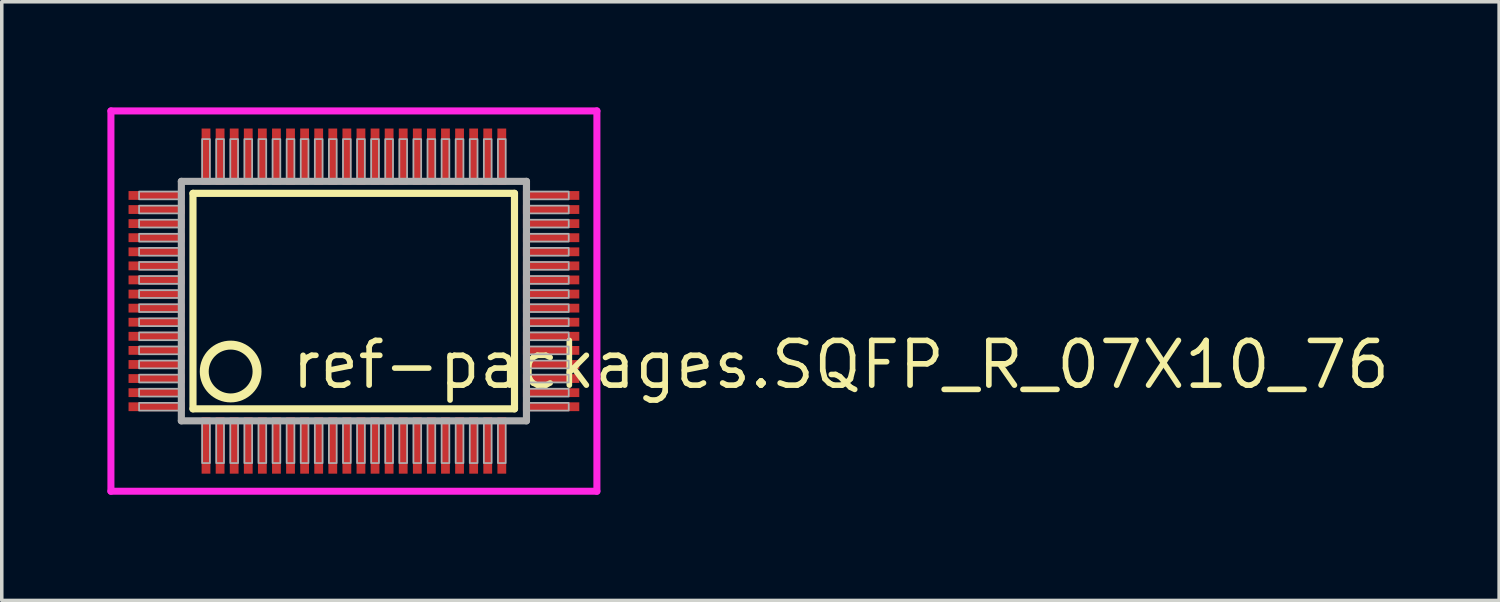
<source format=kicad_pcb>
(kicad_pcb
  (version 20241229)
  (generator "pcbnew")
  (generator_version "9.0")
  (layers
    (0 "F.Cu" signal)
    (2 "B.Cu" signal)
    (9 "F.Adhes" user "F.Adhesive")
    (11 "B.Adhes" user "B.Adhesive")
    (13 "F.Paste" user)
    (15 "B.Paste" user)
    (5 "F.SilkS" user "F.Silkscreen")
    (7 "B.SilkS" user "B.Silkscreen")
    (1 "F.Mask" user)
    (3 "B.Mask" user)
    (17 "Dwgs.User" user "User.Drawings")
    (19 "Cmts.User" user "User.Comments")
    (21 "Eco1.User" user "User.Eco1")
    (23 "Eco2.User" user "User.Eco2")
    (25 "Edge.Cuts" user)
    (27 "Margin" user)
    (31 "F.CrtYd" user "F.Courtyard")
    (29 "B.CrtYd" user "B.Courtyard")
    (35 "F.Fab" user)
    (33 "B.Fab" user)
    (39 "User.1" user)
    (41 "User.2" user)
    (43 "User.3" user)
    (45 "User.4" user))
  (footprint "ref-packages.SQFP_R_07X10_76"
    (layer "F.Cu")
    (at 7 5.5)
    (property "Reference" "ref-packages.SQFP_R_07X10_76" (at -1.85 2.55 0) (layer "F.SilkS") (effects (font (size 1.27 1.27) (thickness 0.16)) (justify left bottom)))
    (attr smd)
    (fp_line (start -4.57 -3.06) (end 4.56 -3.06) (stroke (width 0.203) (type default)) (layer "F.SilkS"))
    (fp_line (start -4.57 3.06) (end -4.57 -3.06) (stroke (width 0.203) (type default)) (layer "F.SilkS"))
    (fp_line (start 4.56 -3.06) (end 4.56 3.06) (stroke (width 0.203) (type default)) (layer "F.SilkS"))
    (fp_line (start 4.56 3.06) (end -4.57 3.06) (stroke (width 0.203) (type default)) (layer "F.SilkS"))
    (fp_circle (center -3.5 2) (end -2.75 2) (stroke (width 0.254) (type default)) (fill no) (layer "F.SilkS"))
    (fp_line (start -6.9 -5.4) (end 6.9 -5.4) (stroke (width 0.2) (type default)) (layer "F.CrtYd"))
    (fp_line (start -6.9 5.4) (end -6.9 -5.4) (stroke (width 0.2) (type default)) (layer "F.CrtYd"))
    (fp_line (start 6.9 -5.4) (end 6.9 5.4) (stroke (width 0.2) (type default)) (layer "F.CrtYd"))
    (fp_line (start 6.9 5.4) (end -6.9 5.4) (stroke (width 0.2) (type default)) (layer "F.CrtYd"))
    (fp_line (start -4.9 -3.4) (end -4.9 3.4) (stroke (width 0.203) (type default)) (layer "F.Fab"))
    (fp_line (start -4.9 3.4) (end 4.9 3.4) (stroke (width 0.203) (type default)) (layer "F.Fab"))
    (fp_line (start 4.9 -3.4) (end -4.9 -3.4) (stroke (width 0.203) (type default)) (layer "F.Fab"))
    (fp_line (start 4.9 3.4) (end 4.9 -3.4) (stroke (width 0.203) (type default)) (layer "F.Fab"))
    (fp_rect (start -6.1 -2.89) (end -4.95 -3.11) (stroke (width 0.05) (type default)) (fill no) (layer "F.Fab"))
    (fp_rect (start -6.1 -2.49) (end -4.95 -2.71) (stroke (width 0.05) (type default)) (fill no) (layer "F.Fab"))
    (fp_rect (start -6.1 -2.09) (end -4.95 -2.31) (stroke (width 0.05) (type default)) (fill no) (layer "F.Fab"))
    (fp_rect (start -6.1 -1.69) (end -4.95 -1.91) (stroke (width 0.05) (type default)) (fill no) (layer "F.Fab"))
    (fp_rect (start -6.1 -1.29) (end -4.95 -1.51) (stroke (width 0.05) (type default)) (fill no) (layer "F.Fab"))
    (fp_rect (start -6.1 -0.89) (end -4.95 -1.11) (stroke (width 0.05) (type default)) (fill no) (layer "F.Fab"))
    (fp_rect (start -6.1 -0.49) (end -4.95 -0.71) (stroke (width 0.05) (type default)) (fill no) (layer "F.Fab"))
    (fp_rect (start -6.1 -0.09) (end -4.95 -0.31) (stroke (width 0.05) (type default)) (fill no) (layer "F.Fab"))
    (fp_rect (start -6.1 0.31) (end -4.95 0.09) (stroke (width 0.05) (type default)) (fill no) (layer "F.Fab"))
    (fp_rect (start -6.1 0.71) (end -4.95 0.49) (stroke (width 0.05) (type default)) (fill no) (layer "F.Fab"))
    (fp_rect (start -6.1 1.11) (end -4.95 0.89) (stroke (width 0.05) (type default)) (fill no) (layer "F.Fab"))
    (fp_rect (start -6.1 1.51) (end -4.95 1.29) (stroke (width 0.05) (type default)) (fill no) (layer "F.Fab"))
    (fp_rect (start -6.1 1.91) (end -4.95 1.69) (stroke (width 0.05) (type default)) (fill no) (layer "F.Fab"))
    (fp_rect (start -6.1 2.31) (end -4.95 2.09) (stroke (width 0.05) (type default)) (fill no) (layer "F.Fab"))
    (fp_rect (start -6.1 2.71) (end -4.95 2.49) (stroke (width 0.05) (type default)) (fill no) (layer "F.Fab"))
    (fp_rect (start -6.1 3.11) (end -4.95 2.89) (stroke (width 0.05) (type default)) (fill no) (layer "F.Fab"))
    (fp_rect (start -4.31 -3.45) (end -4.09 -4.6) (stroke (width 0.05) (type default)) (fill no) (layer "F.Fab"))
    (fp_rect (start -4.31 4.6) (end -4.09 3.45) (stroke (width 0.05) (type default)) (fill no) (layer "F.Fab"))
    (fp_rect (start -3.91 -3.45) (end -3.69 -4.6) (stroke (width 0.05) (type default)) (fill no) (layer "F.Fab"))
    (fp_rect (start -3.91 4.6) (end -3.69 3.45) (stroke (width 0.05) (type default)) (fill no) (layer "F.Fab"))
    (fp_rect (start -3.51 -3.45) (end -3.29 -4.6) (stroke (width 0.05) (type default)) (fill no) (layer "F.Fab"))
    (fp_rect (start -3.51 4.6) (end -3.29 3.45) (stroke (width 0.05) (type default)) (fill no) (layer "F.Fab"))
    (fp_rect (start -3.11 -3.45) (end -2.89 -4.6) (stroke (width 0.05) (type default)) (fill no) (layer "F.Fab"))
    (fp_rect (start -3.11 4.6) (end -2.89 3.45) (stroke (width 0.05) (type default)) (fill no) (layer "F.Fab"))
    (fp_rect (start -2.71 -3.45) (end -2.49 -4.6) (stroke (width 0.05) (type default)) (fill no) (layer "F.Fab"))
    (fp_rect (start -2.71 4.6) (end -2.49 3.45) (stroke (width 0.05) (type default)) (fill no) (layer "F.Fab"))
    (fp_rect (start -2.31 -3.45) (end -2.09 -4.6) (stroke (width 0.05) (type default)) (fill no) (layer "F.Fab"))
    (fp_rect (start -2.31 4.6) (end -2.09 3.45) (stroke (width 0.05) (type default)) (fill no) (layer "F.Fab"))
    (fp_rect (start -1.91 -3.45) (end -1.69 -4.6) (stroke (width 0.05) (type default)) (fill no) (layer "F.Fab"))
    (fp_rect (start -1.91 4.6) (end -1.69 3.45) (stroke (width 0.05) (type default)) (fill no) (layer "F.Fab"))
    (fp_rect (start -1.51 -3.45) (end -1.29 -4.6) (stroke (width 0.05) (type default)) (fill no) (layer "F.Fab"))
    (fp_rect (start -1.51 4.6) (end -1.29 3.45) (stroke (width 0.05) (type default)) (fill no) (layer "F.Fab"))
    (fp_rect (start -1.11 -3.45) (end -0.89 -4.6) (stroke (width 0.05) (type default)) (fill no) (layer "F.Fab"))
    (fp_rect (start -1.11 4.6) (end -0.89 3.45) (stroke (width 0.05) (type default)) (fill no) (layer "F.Fab"))
    (fp_rect (start -0.71 -3.45) (end -0.49 -4.6) (stroke (width 0.05) (type default)) (fill no) (layer "F.Fab"))
    (fp_rect (start -0.71 4.6) (end -0.49 3.45) (stroke (width 0.05) (type default)) (fill no) (layer "F.Fab"))
    (fp_rect (start -0.31 -3.45) (end -0.09 -4.6) (stroke (width 0.05) (type default)) (fill no) (layer "F.Fab"))
    (fp_rect (start -0.31 4.6) (end -0.09 3.45) (stroke (width 0.05) (type default)) (fill no) (layer "F.Fab"))
    (fp_rect (start 0.09 -3.45) (end 0.31 -4.6) (stroke (width 0.05) (type default)) (fill no) (layer "F.Fab"))
    (fp_rect (start 0.09 4.6) (end 0.31 3.45) (stroke (width 0.05) (type default)) (fill no) (layer "F.Fab"))
    (fp_rect (start 0.49 -3.45) (end 0.71 -4.6) (stroke (width 0.05) (type default)) (fill no) (layer "F.Fab"))
    (fp_rect (start 0.49 4.6) (end 0.71 3.45) (stroke (width 0.05) (type default)) (fill no) (layer "F.Fab"))
    (fp_rect (start 0.89 -3.45) (end 1.11 -4.6) (stroke (width 0.05) (type default)) (fill no) (layer "F.Fab"))
    (fp_rect (start 0.89 4.6) (end 1.11 3.45) (stroke (width 0.05) (type default)) (fill no) (layer "F.Fab"))
    (fp_rect (start 1.29 -3.45) (end 1.51 -4.6) (stroke (width 0.05) (type default)) (fill no) (layer "F.Fab"))
    (fp_rect (start 1.29 4.6) (end 1.51 3.45) (stroke (width 0.05) (type default)) (fill no) (layer "F.Fab"))
    (fp_rect (start 1.69 -3.45) (end 1.91 -4.6) (stroke (width 0.05) (type default)) (fill no) (layer "F.Fab"))
    (fp_rect (start 1.69 4.6) (end 1.91 3.45) (stroke (width 0.05) (type default)) (fill no) (layer "F.Fab"))
    (fp_rect (start 2.09 -3.45) (end 2.31 -4.6) (stroke (width 0.05) (type default)) (fill no) (layer "F.Fab"))
    (fp_rect (start 2.09 4.6) (end 2.31 3.45) (stroke (width 0.05) (type default)) (fill no) (layer "F.Fab"))
    (fp_rect (start 2.49 -3.45) (end 2.71 -4.6) (stroke (width 0.05) (type default)) (fill no) (layer "F.Fab"))
    (fp_rect (start 2.49 4.6) (end 2.71 3.45) (stroke (width 0.05) (type default)) (fill no) (layer "F.Fab"))
    (fp_rect (start 2.89 -3.45) (end 3.11 -4.6) (stroke (width 0.05) (type default)) (fill no) (layer "F.Fab"))
    (fp_rect (start 2.89 4.6) (end 3.11 3.45) (stroke (width 0.05) (type default)) (fill no) (layer "F.Fab"))
    (fp_rect (start 3.29 -3.45) (end 3.51 -4.6) (stroke (width 0.05) (type default)) (fill no) (layer "F.Fab"))
    (fp_rect (start 3.29 4.6) (end 3.51 3.45) (stroke (width 0.05) (type default)) (fill no) (layer "F.Fab"))
    (fp_rect (start 3.69 -3.45) (end 3.91 -4.6) (stroke (width 0.05) (type default)) (fill no) (layer "F.Fab"))
    (fp_rect (start 3.69 4.6) (end 3.91 3.45) (stroke (width 0.05) (type default)) (fill no) (layer "F.Fab"))
    (fp_rect (start 4.09 -3.45) (end 4.31 -4.6) (stroke (width 0.05) (type default)) (fill no) (layer "F.Fab"))
    (fp_rect (start 4.09 4.6) (end 4.31 3.45) (stroke (width 0.05) (type default)) (fill no) (layer "F.Fab"))
    (fp_rect (start 4.95 -2.89) (end 6.1 -3.11) (stroke (width 0.05) (type default)) (fill no) (layer "F.Fab"))
    (fp_rect (start 4.95 -2.49) (end 6.1 -2.71) (stroke (width 0.05) (type default)) (fill no) (layer "F.Fab"))
    (fp_rect (start 4.95 -2.09) (end 6.1 -2.31) (stroke (width 0.05) (type default)) (fill no) (layer "F.Fab"))
    (fp_rect (start 4.95 -1.69) (end 6.1 -1.91) (stroke (width 0.05) (type default)) (fill no) (layer "F.Fab"))
    (fp_rect (start 4.95 -1.29) (end 6.1 -1.51) (stroke (width 0.05) (type default)) (fill no) (layer "F.Fab"))
    (fp_rect (start 4.95 -0.89) (end 6.1 -1.11) (stroke (width 0.05) (type default)) (fill no) (layer "F.Fab"))
    (fp_rect (start 4.95 -0.49) (end 6.1 -0.71) (stroke (width 0.05) (type default)) (fill no) (layer "F.Fab"))
    (fp_rect (start 4.95 -0.09) (end 6.1 -0.31) (stroke (width 0.05) (type default)) (fill no) (layer "F.Fab"))
    (fp_rect (start 4.95 0.31) (end 6.1 0.09) (stroke (width 0.05) (type default)) (fill no) (layer "F.Fab"))
    (fp_rect (start 4.95 0.71) (end 6.1 0.49) (stroke (width 0.05) (type default)) (fill no) (layer "F.Fab"))
    (fp_rect (start 4.95 1.11) (end 6.1 0.89) (stroke (width 0.05) (type default)) (fill no) (layer "F.Fab"))
    (fp_rect (start 4.95 1.51) (end 6.1 1.29) (stroke (width 0.05) (type default)) (fill no) (layer "F.Fab"))
    (fp_rect (start 4.95 1.91) (end 6.1 1.69) (stroke (width 0.05) (type default)) (fill no) (layer "F.Fab"))
    (fp_rect (start 4.95 2.31) (end 6.1 2.09) (stroke (width 0.05) (type default)) (fill no) (layer "F.Fab"))
    (fp_rect (start 4.95 2.71) (end 6.1 2.49) (stroke (width 0.05) (type default)) (fill no) (layer "F.Fab"))
    (fp_rect (start 4.95 3.11) (end 6.1 2.89) (stroke (width 0.05) (type default)) (fill no) (layer "F.Fab"))
    (pad "1" smd roundrect (at -4.2 4.1) (size 0.25 1.6) (layers "F.Cu" "F.Mask" "F.Paste") (roundrect_rratio 0.01))
    (pad "2" smd roundrect (at -3.8 4.1) (size 0.25 1.6) (layers "F.Cu" "F.Mask" "F.Paste") (roundrect_rratio 0.01))
    (pad "3" smd roundrect (at -3.4 4.1) (size 0.25 1.6) (layers "F.Cu" "F.Mask" "F.Paste") (roundrect_rratio 0.01))
    (pad "4" smd roundrect (at -3 4.1) (size 0.25 1.6) (layers "F.Cu" "F.Mask" "F.Paste") (roundrect_rratio 0.01))
    (pad "5" smd roundrect (at -2.6 4.1) (size 0.25 1.6) (layers "F.Cu" "F.Mask" "F.Paste") (roundrect_rratio 0.01))
    (pad "6" smd roundrect (at -2.2 4.1) (size 0.25 1.6) (layers "F.Cu" "F.Mask" "F.Paste") (roundrect_rratio 0.01))
    (pad "7" smd roundrect (at -1.8 4.1) (size 0.25 1.6) (layers "F.Cu" "F.Mask" "F.Paste") (roundrect_rratio 0.01))
    (pad "8" smd roundrect (at -1.4 4.1) (size 0.25 1.6) (layers "F.Cu" "F.Mask" "F.Paste") (roundrect_rratio 0.01))
    (pad "9" smd roundrect (at -1 4.1) (size 0.25 1.6) (layers "F.Cu" "F.Mask" "F.Paste") (roundrect_rratio 0.01))
    (pad "10" smd roundrect (at -0.6 4.1) (size 0.25 1.6) (layers "F.Cu" "F.Mask" "F.Paste") (roundrect_rratio 0.01))
    (pad "11" smd roundrect (at -0.2 4.1) (size 0.25 1.6) (layers "F.Cu" "F.Mask" "F.Paste") (roundrect_rratio 0.01))
    (pad "12" smd roundrect (at 0.2 4.1) (size 0.25 1.6) (layers "F.Cu" "F.Mask" "F.Paste") (roundrect_rratio 0.01))
    (pad "13" smd roundrect (at 0.6 4.1) (size 0.25 1.6) (layers "F.Cu" "F.Mask" "F.Paste") (roundrect_rratio 0.01))
    (pad "14" smd roundrect (at 1 4.1) (size 0.25 1.6) (layers "F.Cu" "F.Mask" "F.Paste") (roundrect_rratio 0.01))
    (pad "15" smd roundrect (at 1.4 4.1) (size 0.25 1.6) (layers "F.Cu" "F.Mask" "F.Paste") (roundrect_rratio 0.01))
    (pad "16" smd roundrect (at 1.8 4.1) (size 0.25 1.6) (layers "F.Cu" "F.Mask" "F.Paste") (roundrect_rratio 0.01))
    (pad "17" smd roundrect (at 2.2 4.1) (size 0.25 1.6) (layers "F.Cu" "F.Mask" "F.Paste") (roundrect_rratio 0.01))
    (pad "18" smd roundrect (at 2.6 4.1) (size 0.25 1.6) (layers "F.Cu" "F.Mask" "F.Paste") (roundrect_rratio 0.01))
    (pad "19" smd roundrect (at 3 4.1) (size 0.25 1.6) (layers "F.Cu" "F.Mask" "F.Paste") (roundrect_rratio 0.01))
    (pad "20" smd roundrect (at 3.4 4.1) (size 0.25 1.6) (layers "F.Cu" "F.Mask" "F.Paste") (roundrect_rratio 0.01))
    (pad "21" smd roundrect (at 3.8 4.1) (size 0.25 1.6) (layers "F.Cu" "F.Mask" "F.Paste") (roundrect_rratio 0.01))
    (pad "22" smd roundrect (at 4.2 4.1) (size 0.25 1.6) (layers "F.Cu" "F.Mask" "F.Paste") (roundrect_rratio 0.01))
    (pad "23" smd roundrect (at 5.6 3) (size 1.6 0.25) (layers "F.Cu" "F.Mask" "F.Paste") (roundrect_rratio 0.01))
    (pad "24" smd roundrect (at 5.6 2.6) (size 1.6 0.25) (layers "F.Cu" "F.Mask" "F.Paste") (roundrect_rratio 0.01))
    (pad "25" smd roundrect (at 5.6 2.2) (size 1.6 0.25) (layers "F.Cu" "F.Mask" "F.Paste") (roundrect_rratio 0.01))
    (pad "26" smd roundrect (at 5.6 1.8) (size 1.6 0.25) (layers "F.Cu" "F.Mask" "F.Paste") (roundrect_rratio 0.01))
    (pad "27" smd roundrect (at 5.6 1.4) (size 1.6 0.25) (layers "F.Cu" "F.Mask" "F.Paste") (roundrect_rratio 0.01))
    (pad "28" smd roundrect (at 5.6 1) (size 1.6 0.25) (layers "F.Cu" "F.Mask" "F.Paste") (roundrect_rratio 0.01))
    (pad "29" smd roundrect (at 5.6 0.6) (size 1.6 0.25) (layers "F.Cu" "F.Mask" "F.Paste") (roundrect_rratio 0.01))
    (pad "30" smd roundrect (at 5.6 0.2) (size 1.6 0.25) (layers "F.Cu" "F.Mask" "F.Paste") (roundrect_rratio 0.01))
    (pad "31" smd roundrect (at 5.6 -0.2) (size 1.6 0.25) (layers "F.Cu" "F.Mask" "F.Paste") (roundrect_rratio 0.01))
    (pad "32" smd roundrect (at 5.6 -0.6) (size 1.6 0.25) (layers "F.Cu" "F.Mask" "F.Paste") (roundrect_rratio 0.01))
    (pad "33" smd roundrect (at 5.6 -1) (size 1.6 0.25) (layers "F.Cu" "F.Mask" "F.Paste") (roundrect_rratio 0.01))
    (pad "34" smd roundrect (at 5.6 -1.4) (size 1.6 0.25) (layers "F.Cu" "F.Mask" "F.Paste") (roundrect_rratio 0.01))
    (pad "35" smd roundrect (at 5.6 -1.8) (size 1.6 0.25) (layers "F.Cu" "F.Mask" "F.Paste") (roundrect_rratio 0.01))
    (pad "36" smd roundrect (at 5.6 -2.2) (size 1.6 0.25) (layers "F.Cu" "F.Mask" "F.Paste") (roundrect_rratio 0.01))
    (pad "37" smd roundrect (at 5.6 -2.6) (size 1.6 0.25) (layers "F.Cu" "F.Mask" "F.Paste") (roundrect_rratio 0.01))
    (pad "38" smd roundrect (at 5.6 -3) (size 1.6 0.25) (layers "F.Cu" "F.Mask" "F.Paste") (roundrect_rratio 0.01))
    (pad "39" smd roundrect (at 4.2 -4.1) (size 0.25 1.6) (layers "F.Cu" "F.Mask" "F.Paste") (roundrect_rratio 0.01))
    (pad "40" smd roundrect (at 3.8 -4.1) (size 0.25 1.6) (layers "F.Cu" "F.Mask" "F.Paste") (roundrect_rratio 0.01))
    (pad "41" smd roundrect (at 3.4 -4.1) (size 0.25 1.6) (layers "F.Cu" "F.Mask" "F.Paste") (roundrect_rratio 0.01))
    (pad "42" smd roundrect (at 3 -4.1) (size 0.25 1.6) (layers "F.Cu" "F.Mask" "F.Paste") (roundrect_rratio 0.01))
    (pad "43" smd roundrect (at 2.6 -4.1) (size 0.25 1.6) (layers "F.Cu" "F.Mask" "F.Paste") (roundrect_rratio 0.01))
    (pad "44" smd roundrect (at 2.2 -4.1) (size 0.25 1.6) (layers "F.Cu" "F.Mask" "F.Paste") (roundrect_rratio 0.01))
    (pad "45" smd roundrect (at 1.8 -4.1) (size 0.25 1.6) (layers "F.Cu" "F.Mask" "F.Paste") (roundrect_rratio 0.01))
    (pad "46" smd roundrect (at 1.4 -4.1) (size 0.25 1.6) (layers "F.Cu" "F.Mask" "F.Paste") (roundrect_rratio 0.01))
    (pad "47" smd roundrect (at 1 -4.1) (size 0.25 1.6) (layers "F.Cu" "F.Mask" "F.Paste") (roundrect_rratio 0.01))
    (pad "48" smd roundrect (at 0.6 -4.1) (size 0.25 1.6) (layers "F.Cu" "F.Mask" "F.Paste") (roundrect_rratio 0.01))
    (pad "49" smd roundrect (at 0.2 -4.1) (size 0.25 1.6) (layers "F.Cu" "F.Mask" "F.Paste") (roundrect_rratio 0.01))
    (pad "50" smd roundrect (at -0.2 -4.1) (size 0.25 1.6) (layers "F.Cu" "F.Mask" "F.Paste") (roundrect_rratio 0.01))
    (pad "51" smd roundrect (at -0.6 -4.1) (size 0.25 1.6) (layers "F.Cu" "F.Mask" "F.Paste") (roundrect_rratio 0.01))
    (pad "52" smd roundrect (at -1 -4.1) (size 0.25 1.6) (layers "F.Cu" "F.Mask" "F.Paste") (roundrect_rratio 0.01))
    (pad "53" smd roundrect (at -1.4 -4.1) (size 0.25 1.6) (layers "F.Cu" "F.Mask" "F.Paste") (roundrect_rratio 0.01))
    (pad "54" smd roundrect (at -1.8 -4.1) (size 0.25 1.6) (layers "F.Cu" "F.Mask" "F.Paste") (roundrect_rratio 0.01))
    (pad "55" smd roundrect (at -2.2 -4.1) (size 0.25 1.6) (layers "F.Cu" "F.Mask" "F.Paste") (roundrect_rratio 0.01))
    (pad "56" smd roundrect (at -2.6 -4.1) (size 0.25 1.6) (layers "F.Cu" "F.Mask" "F.Paste") (roundrect_rratio 0.01))
    (pad "57" smd roundrect (at -3 -4.1) (size 0.25 1.6) (layers "F.Cu" "F.Mask" "F.Paste") (roundrect_rratio 0.01))
    (pad "58" smd roundrect (at -3.4 -4.1) (size 0.25 1.6) (layers "F.Cu" "F.Mask" "F.Paste") (roundrect_rratio 0.01))
    (pad "59" smd roundrect (at -3.8 -4.1) (size 0.25 1.6) (layers "F.Cu" "F.Mask" "F.Paste") (roundrect_rratio 0.01))
    (pad "60" smd roundrect (at -4.2 -4.1) (size 0.25 1.6) (layers "F.Cu" "F.Mask" "F.Paste") (roundrect_rratio 0.01))
    (pad "61" smd roundrect (at -5.6 -3) (size 1.6 0.25) (layers "F.Cu" "F.Mask" "F.Paste") (roundrect_rratio 0.01))
    (pad "62" smd roundrect (at -5.6 -2.6) (size 1.6 0.25) (layers "F.Cu" "F.Mask" "F.Paste") (roundrect_rratio 0.01))
    (pad "63" smd roundrect (at -5.6 -2.2) (size 1.6 0.25) (layers "F.Cu" "F.Mask" "F.Paste") (roundrect_rratio 0.01))
    (pad "64" smd roundrect (at -5.6 -1.8) (size 1.6 0.25) (layers "F.Cu" "F.Mask" "F.Paste") (roundrect_rratio 0.01))
    (pad "65" smd roundrect (at -5.6 -1.4) (size 1.6 0.25) (layers "F.Cu" "F.Mask" "F.Paste") (roundrect_rratio 0.01))
    (pad "66" smd roundrect (at -5.6 -1) (size 1.6 0.25) (layers "F.Cu" "F.Mask" "F.Paste") (roundrect_rratio 0.01))
    (pad "67" smd roundrect (at -5.6 -0.6) (size 1.6 0.25) (layers "F.Cu" "F.Mask" "F.Paste") (roundrect_rratio 0.01))
    (pad "68" smd roundrect (at -5.6 -0.2) (size 1.6 0.25) (layers "F.Cu" "F.Mask" "F.Paste") (roundrect_rratio 0.01))
    (pad "69" smd roundrect (at -5.6 0.2) (size 1.6 0.25) (layers "F.Cu" "F.Mask" "F.Paste") (roundrect_rratio 0.01))
    (pad "70" smd roundrect (at -5.6 0.6) (size 1.6 0.25) (layers "F.Cu" "F.Mask" "F.Paste") (roundrect_rratio 0.01))
    (pad "71" smd roundrect (at -5.6 1) (size 1.6 0.25) (layers "F.Cu" "F.Mask" "F.Paste") (roundrect_rratio 0.01))
    (pad "72" smd roundrect (at -5.6 1.4) (size 1.6 0.25) (layers "F.Cu" "F.Mask" "F.Paste") (roundrect_rratio 0.01))
    (pad "73" smd roundrect (at -5.6 1.8) (size 1.6 0.25) (layers "F.Cu" "F.Mask" "F.Paste") (roundrect_rratio 0.01))
    (pad "74" smd roundrect (at -5.6 2.2) (size 1.6 0.25) (layers "F.Cu" "F.Mask" "F.Paste") (roundrect_rratio 0.01))
    (pad "75" smd roundrect (at -5.6 2.6) (size 1.6 0.25) (layers "F.Cu" "F.Mask" "F.Paste") (roundrect_rratio 0.01))
    (pad "76" smd roundrect (at -5.6 3) (size 1.6 0.25) (layers "F.Cu" "F.Mask" "F.Paste") (roundrect_rratio 0.01)))
  (gr_rect
    (start -3 -3)
    (end 39.521 14)
    (stroke (width 0.1) (type default))
    (fill no)
    (layer "Edge.Cuts")))
</source>
